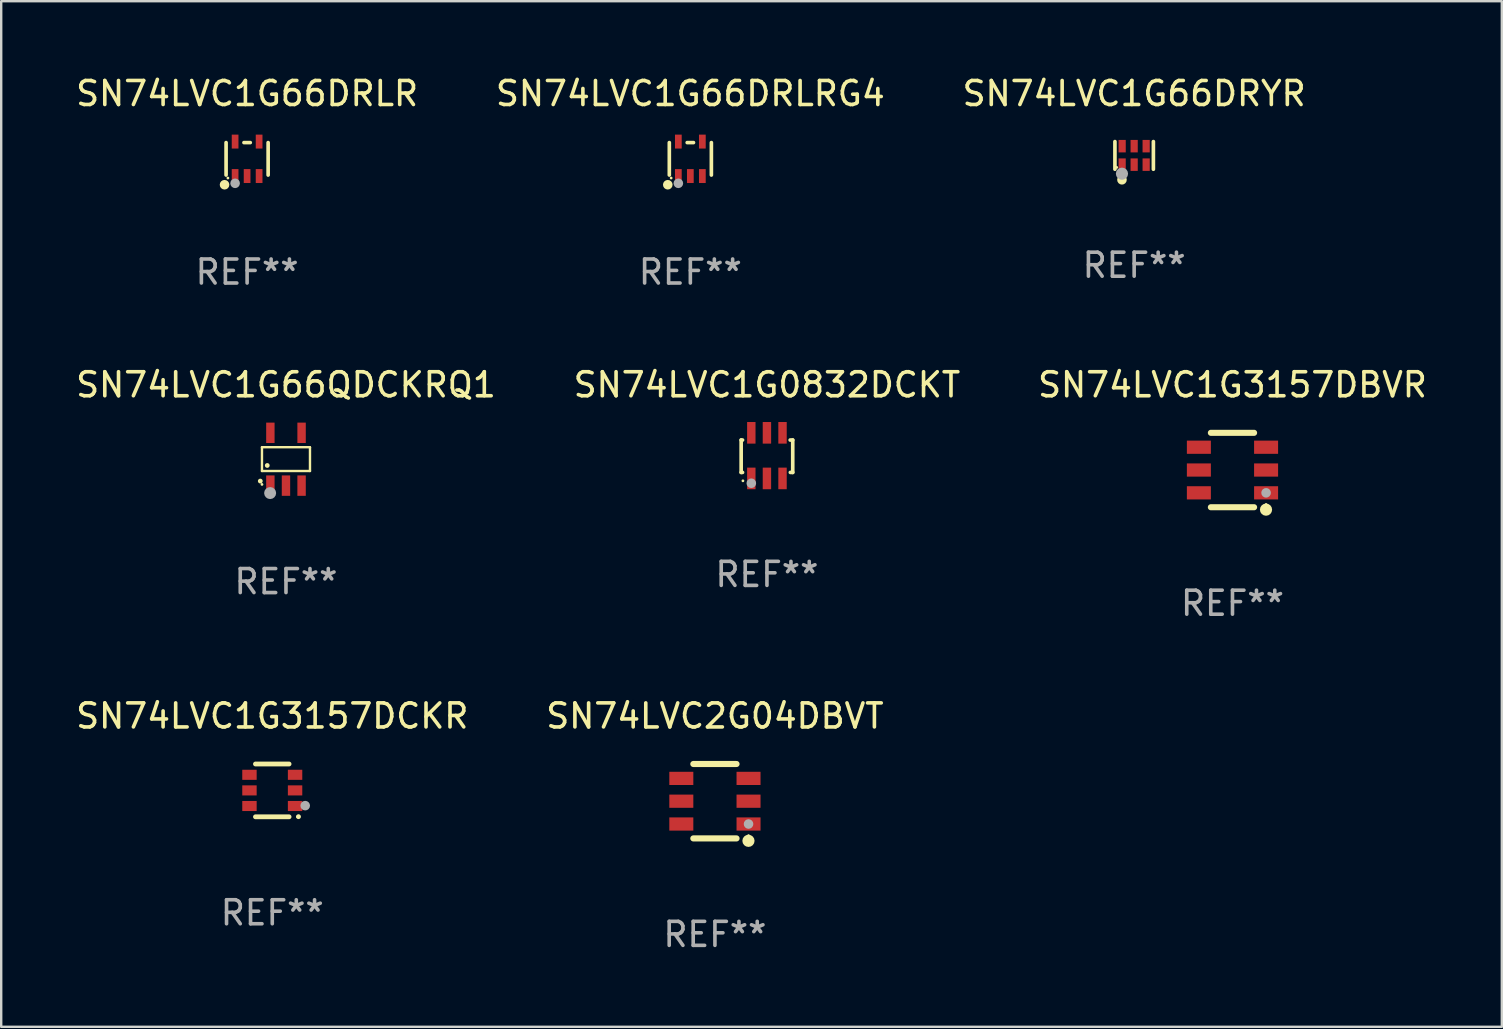
<source format=kicad_pcb>
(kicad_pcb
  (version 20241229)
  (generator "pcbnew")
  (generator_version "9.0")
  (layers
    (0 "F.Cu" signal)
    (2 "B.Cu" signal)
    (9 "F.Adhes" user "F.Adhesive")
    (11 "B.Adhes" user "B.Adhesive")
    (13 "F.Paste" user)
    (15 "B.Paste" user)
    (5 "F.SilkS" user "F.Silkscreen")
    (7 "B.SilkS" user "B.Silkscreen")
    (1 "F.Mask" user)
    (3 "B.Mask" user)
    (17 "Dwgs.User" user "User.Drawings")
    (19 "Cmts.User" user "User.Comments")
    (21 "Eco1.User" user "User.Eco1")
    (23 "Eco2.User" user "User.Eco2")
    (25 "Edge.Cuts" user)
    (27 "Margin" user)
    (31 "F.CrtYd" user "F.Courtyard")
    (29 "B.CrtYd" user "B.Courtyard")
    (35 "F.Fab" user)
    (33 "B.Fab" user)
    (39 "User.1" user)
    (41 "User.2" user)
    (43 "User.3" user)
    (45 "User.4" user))
  (footprint "SN74LVC1G66DRLR"
    (layer "F.Cu")
    (at 7.244 3.566)
    (property "Reference" "SN74LVC1G66DRLR" (at 0 -2.718 0) (layer "F.SilkS") (effects (font (size 1 1) (thickness 0.15))))
    (attr through_hole)
    (fp_line (start -0.876 0.676) (end -0.876 -0.676) (stroke (width 0.152) (type solid)) (layer "F.SilkS"))
    (fp_line (start 0.131 -0.676) (end -0.131 -0.676) (stroke (width 0.152) (type solid)) (layer "F.SilkS"))
    (fp_line (start 0.876 0.676) (end 0.876 -0.676) (stroke (width 0.152) (type solid)) (layer "F.SilkS"))
    (fp_circle (center -0.94 1.08) (end -0.84 1.08) (stroke (width 0.2) (type solid)) (fill no) (layer "F.SilkS"))
    (fp_circle (center -0.8 0.8) (end -0.77 0.8) (stroke (width 0.06) (type solid)) (fill no) (layer "F.SilkS"))
    (fp_circle (center -0.5 1.02) (end -0.4 1.02) (stroke (width 0.2) (type solid)) (fill no) (layer "F.Fab"))
    (fp_text user "REF**" (at 0 4.718 0) (layer "F.Fab") (effects (font (size 1 1) (thickness 0.15))))
    (pad "1" smd rect (at -0.5 0.718) (size 0.28 0.58) (layers "F.Cu" "F.Mask" "F.Paste"))
    (pad "2" smd rect (at -0.000102 0.718) (size 0.28 0.58) (layers "F.Cu" "F.Mask" "F.Paste"))
    (pad "3" smd rect (at 0.5 0.718) (size 0.28 0.58) (layers "F.Cu" "F.Mask" "F.Paste"))
    (pad "4" smd rect (at 0.5 -0.718) (size 0.28 0.58) (layers "F.Cu" "F.Mask" "F.Paste"))
    (pad "5" smd rect (at -0.5 -0.718) (size 0.28 0.58) (layers "F.Cu" "F.Mask" "F.Paste")))
  (footprint "SN74LVC1G66DRLRG4"
    (layer "F.Cu")
    (at 25.708 3.566)
    (property "Reference" "SN74LVC1G66DRLRG4" (at 0 -2.718 0) (layer "F.SilkS") (effects (font (size 1 1) (thickness 0.15))))
    (attr through_hole)
    (fp_line (start -0.876 0.676) (end -0.876 -0.676) (stroke (width 0.152) (type solid)) (layer "F.SilkS"))
    (fp_line (start 0.131 -0.676) (end -0.131 -0.676) (stroke (width 0.152) (type solid)) (layer "F.SilkS"))
    (fp_line (start 0.876 0.676) (end 0.876 -0.676) (stroke (width 0.152) (type solid)) (layer "F.SilkS"))
    (fp_circle (center -0.94 1.08) (end -0.84 1.08) (stroke (width 0.2) (type solid)) (fill no) (layer "F.SilkS"))
    (fp_circle (center -0.8 0.8) (end -0.77 0.8) (stroke (width 0.06) (type solid)) (fill no) (layer "F.SilkS"))
    (fp_circle (center -0.5 1.02) (end -0.4 1.02) (stroke (width 0.2) (type solid)) (fill no) (layer "F.Fab"))
    (fp_text user "REF**" (at 0 4.718 0) (layer "F.Fab") (effects (font (size 1 1) (thickness 0.15))))
    (pad "1" smd rect (at -0.5 0.718) (size 0.28 0.58) (layers "F.Cu" "F.Mask" "F.Paste"))
    (pad "2" smd rect (at -0.000102 0.718) (size 0.28 0.58) (layers "F.Cu" "F.Mask" "F.Paste"))
    (pad "3" smd rect (at 0.5 0.718) (size 0.28 0.58) (layers "F.Cu" "F.Mask" "F.Paste"))
    (pad "4" smd rect (at 0.5 -0.718) (size 0.28 0.58) (layers "F.Cu" "F.Mask" "F.Paste"))
    (pad "5" smd rect (at -0.5 -0.718) (size 0.28 0.58) (layers "F.Cu" "F.Mask" "F.Paste")))
  (footprint "SN74LVC1G66QDCKRQ1"
    (layer "F.Cu")
    (at 8.863 16.08)
    (property "Reference" "SN74LVC1G66QDCKRQ1" (at 0 -3.1 0) (layer "F.SilkS") (effects (font (size 1 1) (thickness 0.15))))
    (attr through_hole)
    (fp_line (start -1 -0.5) (end -1 0.49) (stroke (width 0.1) (type solid)) (layer "F.SilkS"))
    (fp_line (start -1 0.49) (end 1 0.49) (stroke (width 0.1) (type solid)) (layer "F.SilkS"))
    (fp_line (start 0.99 -0.5) (end -1 -0.5) (stroke (width 0.1) (type solid)) (layer "F.SilkS"))
    (fp_line (start 1 -0.49) (end 0.99 -0.5) (stroke (width 0.1) (type solid)) (layer "F.SilkS"))
    (fp_line (start 1 0.49) (end 1 -0.49) (stroke (width 0.1) (type solid)) (layer "F.SilkS"))
    (fp_circle (center -1.07 0.91) (end -1.02 0.91) (stroke (width 0.1) (type solid)) (fill no) (layer "F.SilkS"))
    (fp_circle (center -1 1.05) (end -0.97 1.05) (stroke (width 0.06) (type solid)) (fill no) (layer "F.SilkS"))
    (fp_circle (center -0.78 0.26) (end -0.73 0.26) (stroke (width 0.1) (type solid)) (fill no) (layer "F.SilkS"))
    (fp_circle (center -0.66 1.41) (end -0.535 1.41) (stroke (width 0.25) (type solid)) (fill no) (layer "F.Fab"))
    (fp_text user "REF**" (at 0 5.1 0) (layer "F.Fab") (effects (font (size 1 1) (thickness 0.15))))
    (pad "1" smd rect (at -0.65 1.1) (size 0.35 0.85) (layers "F.Cu" "F.Mask" "F.Paste"))
    (pad "2" smd rect (at 0.000051 1.1) (size 0.35 0.85) (layers "F.Cu" "F.Mask" "F.Paste"))
    (pad "3" smd rect (at 0.65 1.1) (size 0.35 0.85) (layers "F.Cu" "F.Mask" "F.Paste"))
    (pad "4" smd rect (at 0.65 -1.1) (size 0.35 0.85) (layers "F.Cu" "F.Mask" "F.Paste"))
    (pad "5" smd rect (at -0.65 -1.1) (size 0.35 0.85) (layers "F.Cu" "F.Mask" "F.Paste")))
  (footprint "SN74LVC2G04DBVT"
    (layer "F.Cu")
    (at 26.732 30.326)
    (property "Reference" "SN74LVC2G04DBVT" (at 0 -3.55 0) (layer "F.SilkS") (effects (font (size 1 1) (thickness 0.15))))
    (attr through_hole)
    (fp_line (start -0.9 -1.55) (end 0.9 -1.55) (stroke (width 0.254) (type solid)) (layer "F.SilkS"))
    (fp_line (start -0.9 1.55) (end 0.9 1.55) (stroke (width 0.254) (type solid)) (layer "F.SilkS"))
    (fp_circle (center 1.397 1.651) (end 1.524 1.651) (stroke (width 0.254) (type solid)) (fill no) (layer "F.SilkS"))
    (fp_circle (center 1.4 1.435) (end 1.43 1.435) (stroke (width 0.06) (type solid)) (fill no) (layer "F.SilkS"))
    (fp_circle (center 1.4 0.95) (end 1.5 0.95) (stroke (width 0.2) (type solid)) (fill no) (layer "F.Fab"))
    (fp_text user "REF**" (at 0 5.55 0) (layer "F.Fab") (effects (font (size 1 1) (thickness 0.15))))
    (pad "1" smd rect (at 1.4 0.95) (size 1 0.55) (layers "F.Cu" "F.Mask" "F.Paste"))
    (pad "2" smd rect (at 1.4 -0.000102) (size 1 0.55) (layers "F.Cu" "F.Mask" "F.Paste"))
    (pad "3" smd rect (at 1.4 -0.95) (size 1 0.55) (layers "F.Cu" "F.Mask" "F.Paste"))
    (pad "4" smd rect (at -1.4 -0.95) (size 1 0.55) (layers "F.Cu" "F.Mask" "F.Paste"))
    (pad "5" smd rect (at -1.4 -0.000102) (size 1 0.55) (layers "F.Cu" "F.Mask" "F.Paste"))
    (pad "6" smd rect (at -1.4 0.95) (size 1 0.55) (layers "F.Cu" "F.Mask" "F.Paste")))
  (footprint "SN74LVC1G3157DBVR"
    (layer "F.Cu")
    (at 48.292 16.53)
    (property "Reference" "SN74LVC1G3157DBVR" (at 0 -3.55 0) (layer "F.SilkS") (effects (font (size 1 1) (thickness 0.15))))
    (attr through_hole)
    (fp_line (start -0.9 -1.55) (end 0.9 -1.55) (stroke (width 0.254) (type solid)) (layer "F.SilkS"))
    (fp_line (start -0.9 1.55) (end 0.9 1.55) (stroke (width 0.254) (type solid)) (layer "F.SilkS"))
    (fp_circle (center 1.397 1.651) (end 1.524 1.651) (stroke (width 0.254) (type solid)) (fill no) (layer "F.SilkS"))
    (fp_circle (center 1.4 1.435) (end 1.43 1.435) (stroke (width 0.06) (type solid)) (fill no) (layer "F.SilkS"))
    (fp_circle (center 1.4 0.95) (end 1.5 0.95) (stroke (width 0.2) (type solid)) (fill no) (layer "F.Fab"))
    (fp_text user "REF**" (at 0 5.55 0) (layer "F.Fab") (effects (font (size 1 1) (thickness 0.15))))
    (pad "1" smd rect (at 1.4 0.95) (size 1 0.55) (layers "F.Cu" "F.Mask" "F.Paste"))
    (pad "2" smd rect (at 1.4 -0.000102) (size 1 0.55) (layers "F.Cu" "F.Mask" "F.Paste"))
    (pad "3" smd rect (at 1.4 -0.95) (size 1 0.55) (layers "F.Cu" "F.Mask" "F.Paste"))
    (pad "4" smd rect (at -1.4 -0.95) (size 1 0.55) (layers "F.Cu" "F.Mask" "F.Paste"))
    (pad "5" smd rect (at -1.4 -0.000102) (size 1 0.55) (layers "F.Cu" "F.Mask" "F.Paste"))
    (pad "6" smd rect (at -1.4 0.95) (size 1 0.55) (layers "F.Cu" "F.Mask" "F.Paste")))
  (footprint "SN74LVC1G3157DCKR"
    (layer "F.Cu")
    (at 8.292 29.876)
    (property "Reference" "SN74LVC1G3157DCKR" (at 0 -3.1 0) (layer "F.SilkS") (effects (font (size 1 1) (thickness 0.15))))
    (attr through_hole)
    (fp_line (start -0.7 -1.1) (end 0.7 -1.1) (stroke (width 0.2) (type solid)) (layer "F.SilkS"))
    (fp_line (start -0.7 1.1) (end 0.7 1.1) (stroke (width 0.2) (type solid)) (layer "F.SilkS"))
    (fp_arc (start 1.090932 1.094209) (mid 1.092202 1.094203) (end 1.093472 1.094209) (stroke (width 0.2) (type solid)) (layer "F.SilkS"))
    (fp_circle (center 1.053 1.1) (end 1.083 1.1) (stroke (width 0.06) (type solid)) (fill no) (layer "F.SilkS"))
    (fp_circle (center 1.372 0.635) (end 1.472 0.635) (stroke (width 0.2) (type solid)) (fill no) (layer "F.Fab"))
    (fp_text user "REF**" (at 0 5.1 0) (layer "F.Fab") (effects (font (size 1 1) (thickness 0.15))))
    (pad "1" smd rect (at 0.95 0.65 90) (size 0.42 0.6) (layers "F.Cu" "F.Mask" "F.Paste"))
    (pad "2" smd rect (at 0.95 0 90) (size 0.42 0.6) (layers "F.Cu" "F.Mask" "F.Paste"))
    (pad "3" smd rect (at 0.95 -0.65 90) (size 0.42 0.6) (layers "F.Cu" "F.Mask" "F.Paste"))
    (pad "4" smd rect (at -0.95 -0.65 270) (size 0.42 0.6) (layers "F.Cu" "F.Mask" "F.Paste"))
    (pad "5" smd rect (at -0.95 0 270) (size 0.42 0.6) (layers "F.Cu" "F.Mask" "F.Paste"))
    (pad "6" smd rect (at -0.95 0.65 270) (size 0.42 0.6) (layers "F.Cu" "F.Mask" "F.Paste")))
  (footprint "SN74LVC1G66DRYR"
    (layer "F.Cu")
    (at 44.196 3.424)
    (property "Reference" "SN74LVC1G66DRYR" (at 0 -2.576 0) (layer "F.SilkS") (effects (font (size 1 1) (thickness 0.15))))
    (attr through_hole)
    (fp_line (start -0.801 0.576) (end -0.801 -0.576) (stroke (width 0.152) (type solid)) (layer "F.SilkS"))
    (fp_line (start 0.801 -0.576) (end 0.801 0.576) (stroke (width 0.152) (type solid)) (layer "F.SilkS"))
    (fp_circle (center -0.725 0.5) (end -0.695 0.5) (stroke (width 0.06) (type solid)) (fill no) (layer "F.SilkS"))
    (fp_circle (center -0.508 1.016) (end -0.408 1.016) (stroke (width 0.2) (type solid)) (fill no) (layer "F.SilkS"))
    (fp_circle (center -0.508 0.762) (end -0.381 0.762) (stroke (width 0.254) (type solid)) (fill no) (layer "F.Fab"))
    (fp_text user "REF**" (at 0 4.576 0) (layer "F.Fab") (effects (font (size 1 1) (thickness 0.15))))
    (pad "1" smd rect (at -0.5 0.385) (size 0.3 0.52) (layers "F.Cu" "F.Mask" "F.Paste"))
    (pad "2" smd rect (at 0 0.385) (size 0.3 0.52) (layers "F.Cu" "F.Mask" "F.Paste"))
    (pad "3" smd rect (at 0.5 0.385) (size 0.3 0.52) (layers "F.Cu" "F.Mask" "F.Paste"))
    (pad "4" smd rect (at 0.5 -0.385) (size 0.3 0.52) (layers "F.Cu" "F.Mask" "F.Paste"))
    (pad "5" smd rect (at 0 -0.385) (size 0.3 0.52) (layers "F.Cu" "F.Mask" "F.Paste"))
    (pad "6" smd rect (at -0.5 -0.385) (size 0.3 0.52) (layers "F.Cu" "F.Mask" "F.Paste")))
  (footprint "SN74LVC1G0832DCKT"
    (layer "F.Cu")
    (at 28.899 15.93)
    (property "Reference" "SN74LVC1G0832DCKT" (at 0 -2.95 0) (layer "F.SilkS") (effects (font (size 1 1) (thickness 0.15))))
    (attr through_hole)
    (fp_line (start -1.074 -0.65) (end -1.074 0.7) (stroke (width 0.152) (type solid)) (layer "F.SilkS"))
    (fp_line (start -1.074 0.7) (end -1.017 0.7) (stroke (width 0.152) (type solid)) (layer "F.SilkS"))
    (fp_line (start -1.017 -0.65) (end -1.074 -0.65) (stroke (width 0.152) (type solid)) (layer "F.SilkS"))
    (fp_line (start 0.967 -0.65) (end 1.074 -0.65) (stroke (width 0.152) (type solid)) (layer "F.SilkS"))
    (fp_line (start 1.074 -0.65) (end 1.074 0.7) (stroke (width 0.152) (type solid)) (layer "F.SilkS"))
    (fp_line (start 1.074 0.7) (end 0.974 0.7) (stroke (width 0.152) (type solid)) (layer "F.SilkS"))
    (fp_circle (center -1.001 1.05) (end -0.971 1.05) (stroke (width 0.06) (type solid)) (fill no) (layer "F.SilkS"))
    (fp_circle (center -0.651 1.15) (end -0.551 1.15) (stroke (width 0.2) (type solid)) (fill no) (layer "F.Fab"))
    (fp_text user "REF**" (at 0 4.95 0) (layer "F.Fab") (effects (font (size 1 1) (thickness 0.15))))
    (pad "1" smd rect (at -0.651 0.95 180) (size 0.35 0.9) (layers "F.Cu" "F.Mask" "F.Paste"))
    (pad "2" smd rect (at -0.001 0.95 180) (size 0.35 0.9) (layers "F.Cu" "F.Mask" "F.Paste"))
    (pad "3" smd rect (at 0.649 0.95 180) (size 0.35 0.9) (layers "F.Cu" "F.Mask" "F.Paste"))
    (pad "4" smd rect (at 0.649 -0.95) (size 0.35 0.9) (layers "F.Cu" "F.Mask" "F.Paste"))
    (pad "5" smd rect (at -0.001 -0.95) (size 0.35 0.9) (layers "F.Cu" "F.Mask" "F.Paste"))
    (pad "6" smd rect (at -0.651 -0.95) (size 0.35 0.9) (layers "F.Cu" "F.Mask" "F.Paste")))
  (gr_rect
    (start -3 -3)
    (end 59.512 39.725)
    (stroke (width 0.1) (type default))
    (fill no)
    (layer "Edge.Cuts")))
</source>
